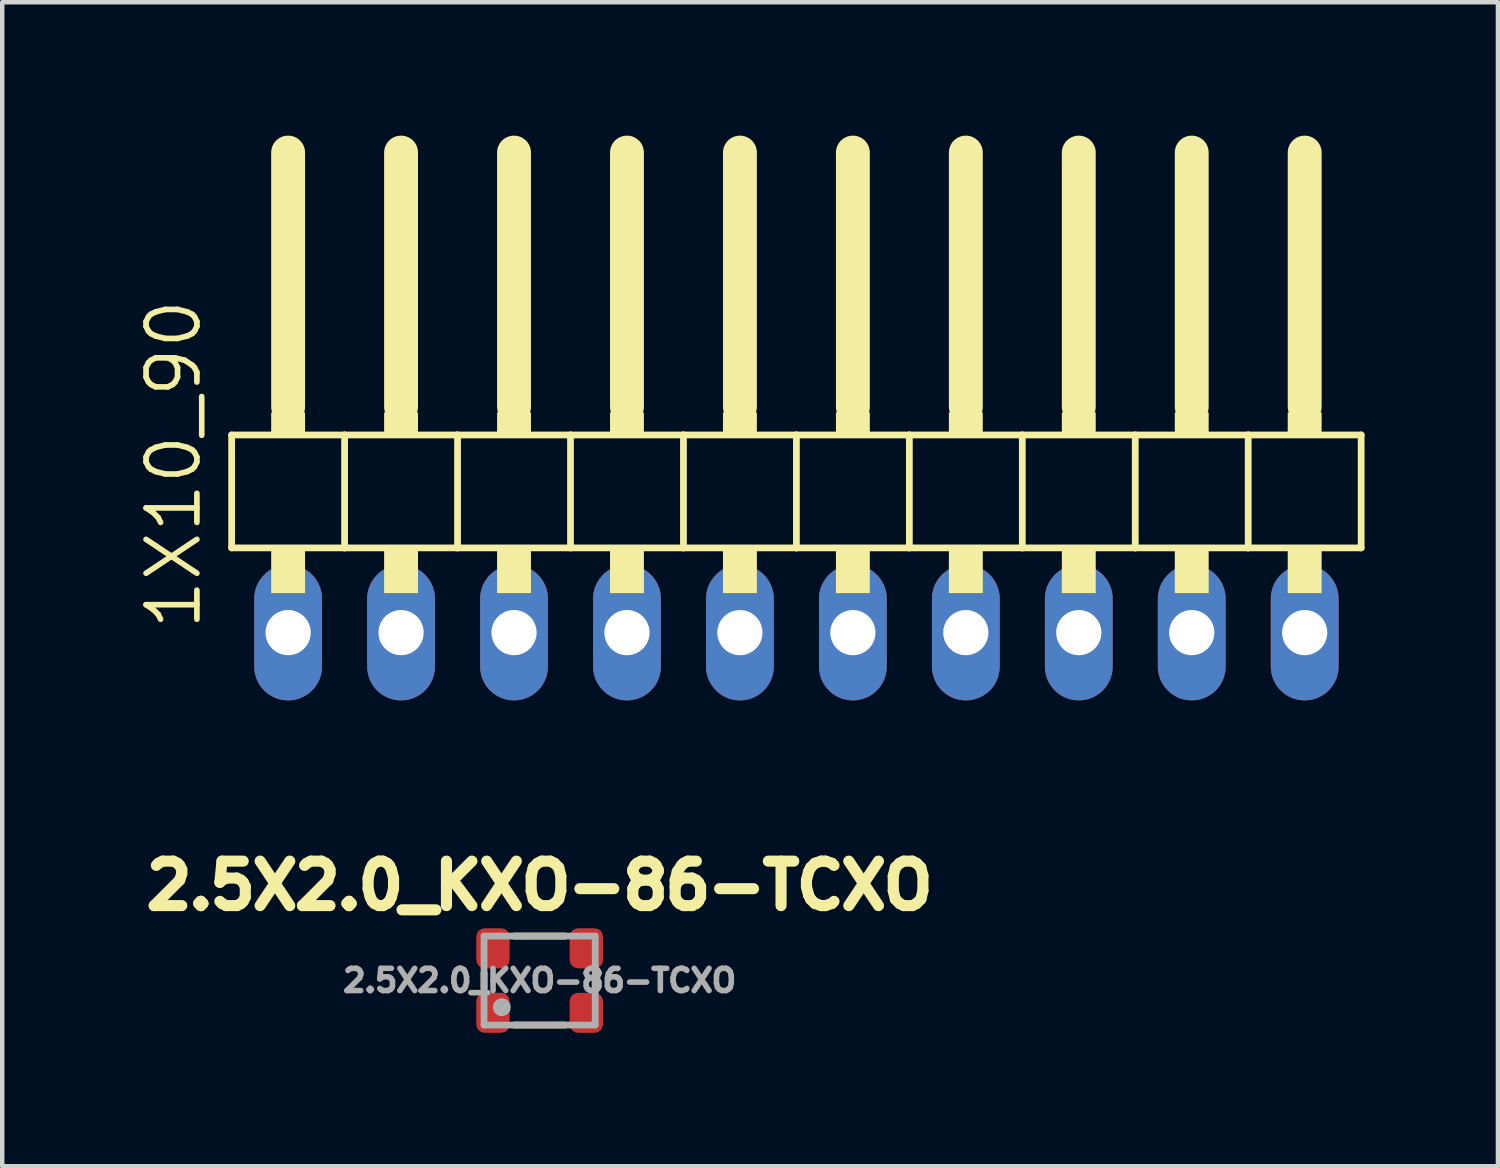
<source format=kicad_pcb>
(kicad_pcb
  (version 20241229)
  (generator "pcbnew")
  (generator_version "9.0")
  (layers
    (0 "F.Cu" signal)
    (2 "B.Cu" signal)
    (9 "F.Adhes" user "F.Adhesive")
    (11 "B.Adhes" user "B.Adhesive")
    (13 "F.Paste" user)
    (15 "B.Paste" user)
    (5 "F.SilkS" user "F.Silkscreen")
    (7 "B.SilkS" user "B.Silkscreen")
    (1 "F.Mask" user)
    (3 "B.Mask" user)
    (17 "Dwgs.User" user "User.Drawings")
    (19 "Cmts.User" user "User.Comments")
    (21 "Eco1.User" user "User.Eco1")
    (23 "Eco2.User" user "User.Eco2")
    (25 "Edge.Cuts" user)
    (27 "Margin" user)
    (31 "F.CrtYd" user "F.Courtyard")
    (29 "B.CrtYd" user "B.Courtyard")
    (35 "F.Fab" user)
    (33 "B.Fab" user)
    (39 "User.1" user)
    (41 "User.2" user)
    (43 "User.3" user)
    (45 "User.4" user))
  (footprint "1X10_90"
    (layer "F.Cu")
    (at 14.859 7.366)
    (property "Reference" "1X10_90" (at -13.335 3.81 90) (unlocked yes) (layer "F.SilkS") (effects (font (size 1.143 1.143) (thickness 0.127)) (justify left bottom)))
    (fp_line (start -12.7 -0.635) (end -12.7 1.905) (stroke (width 0.152) (type solid)) (layer "F.SilkS"))
    (fp_line (start -12.7 1.905) (end -10.16 1.905) (stroke (width 0.152) (type solid)) (layer "F.SilkS"))
    (fp_line (start -11.43 -6.985) (end -11.43 -1.27) (stroke (width 0.762) (type solid)) (layer "F.SilkS"))
    (fp_line (start -10.16 -0.635) (end -12.7 -0.635) (stroke (width 0.152) (type solid)) (layer "F.SilkS"))
    (fp_line (start -10.16 1.905) (end -10.16 -0.635) (stroke (width 0.152) (type solid)) (layer "F.SilkS"))
    (fp_line (start -10.16 1.905) (end -7.62 1.905) (stroke (width 0.152) (type solid)) (layer "F.SilkS"))
    (fp_line (start -8.89 -6.985) (end -8.89 -1.27) (stroke (width 0.762) (type solid)) (layer "F.SilkS"))
    (fp_line (start -7.62 -0.635) (end -10.16 -0.635) (stroke (width 0.152) (type solid)) (layer "F.SilkS"))
    (fp_line (start -7.62 1.905) (end -7.62 -0.635) (stroke (width 0.152) (type solid)) (layer "F.SilkS"))
    (fp_line (start -7.62 1.905) (end -5.08 1.905) (stroke (width 0.152) (type solid)) (layer "F.SilkS"))
    (fp_line (start -6.35 -6.985) (end -6.35 -1.27) (stroke (width 0.762) (type solid)) (layer "F.SilkS"))
    (fp_line (start -5.08 -0.635) (end -7.62 -0.635) (stroke (width 0.152) (type solid)) (layer "F.SilkS"))
    (fp_line (start -5.08 1.905) (end -5.08 -0.635) (stroke (width 0.152) (type solid)) (layer "F.SilkS"))
    (fp_line (start -5.08 1.905) (end -2.54 1.905) (stroke (width 0.152) (type solid)) (layer "F.SilkS"))
    (fp_line (start -3.81 -6.985) (end -3.81 -1.27) (stroke (width 0.762) (type solid)) (layer "F.SilkS"))
    (fp_line (start -2.54 -0.635) (end -5.08 -0.635) (stroke (width 0.152) (type solid)) (layer "F.SilkS"))
    (fp_line (start -2.54 1.905) (end -2.54 -0.635) (stroke (width 0.152) (type solid)) (layer "F.SilkS"))
    (fp_line (start -2.54 1.905) (end 0 1.905) (stroke (width 0.152) (type solid)) (layer "F.SilkS"))
    (fp_line (start -1.27 -6.985) (end -1.27 -1.27) (stroke (width 0.762) (type solid)) (layer "F.SilkS"))
    (fp_line (start 0 -0.635) (end -2.54 -0.635) (stroke (width 0.152) (type solid)) (layer "F.SilkS"))
    (fp_line (start 0 1.905) (end 0 -0.635) (stroke (width 0.152) (type solid)) (layer "F.SilkS"))
    (fp_line (start 0 1.905) (end 2.54 1.905) (stroke (width 0.152) (type solid)) (layer "F.SilkS"))
    (fp_line (start 1.27 -6.985) (end 1.27 -1.27) (stroke (width 0.762) (type solid)) (layer "F.SilkS"))
    (fp_line (start 2.54 -0.635) (end 0 -0.635) (stroke (width 0.152) (type solid)) (layer "F.SilkS"))
    (fp_line (start 2.54 1.905) (end 2.54 -0.635) (stroke (width 0.152) (type solid)) (layer "F.SilkS"))
    (fp_line (start 2.54 1.905) (end 5.08 1.905) (stroke (width 0.152) (type solid)) (layer "F.SilkS"))
    (fp_line (start 3.81 -6.985) (end 3.81 -1.27) (stroke (width 0.762) (type solid)) (layer "F.SilkS"))
    (fp_line (start 5.08 -0.635) (end 2.54 -0.635) (stroke (width 0.152) (type solid)) (layer "F.SilkS"))
    (fp_line (start 5.08 1.905) (end 5.08 -0.635) (stroke (width 0.152) (type solid)) (layer "F.SilkS"))
    (fp_line (start 5.08 1.905) (end 7.62 1.905) (stroke (width 0.152) (type solid)) (layer "F.SilkS"))
    (fp_line (start 6.35 -6.985) (end 6.35 -1.27) (stroke (width 0.762) (type solid)) (layer "F.SilkS"))
    (fp_line (start 7.62 -0.635) (end 5.08 -0.635) (stroke (width 0.152) (type solid)) (layer "F.SilkS"))
    (fp_line (start 7.62 1.905) (end 7.62 -0.635) (stroke (width 0.152) (type solid)) (layer "F.SilkS"))
    (fp_line (start 7.62 1.905) (end 10.16 1.905) (stroke (width 0.152) (type solid)) (layer "F.SilkS"))
    (fp_line (start 8.89 -6.985) (end 8.89 -1.27) (stroke (width 0.762) (type solid)) (layer "F.SilkS"))
    (fp_line (start 10.16 -0.635) (end 7.62 -0.635) (stroke (width 0.152) (type solid)) (layer "F.SilkS"))
    (fp_line (start 10.16 1.905) (end 10.16 -0.635) (stroke (width 0.152) (type solid)) (layer "F.SilkS"))
    (fp_line (start 10.16 1.905) (end 12.7 1.905) (stroke (width 0.152) (type solid)) (layer "F.SilkS"))
    (fp_line (start 11.43 -6.985) (end 11.43 -1.27) (stroke (width 0.762) (type solid)) (layer "F.SilkS"))
    (fp_line (start 12.7 -0.635) (end 10.16 -0.635) (stroke (width 0.152) (type solid)) (layer "F.SilkS"))
    (fp_line (start 12.7 1.905) (end 12.7 -0.635) (stroke (width 0.152) (type solid)) (layer "F.SilkS"))
    (fp_poly (pts (xy -11.811 -0.635) (xy -11.049 -0.635) (xy -11.049 -1.143) (xy -11.811 -1.143)) (stroke (width 0) (type default)) (fill yes) (layer "F.SilkS"))
    (fp_poly (pts (xy -11.811 2.921) (xy -11.049 2.921) (xy -11.049 1.905) (xy -11.811 1.905)) (stroke (width 0) (type default)) (fill yes) (layer "F.SilkS"))
    (fp_poly (pts (xy -9.271 -0.635) (xy -8.509 -0.635) (xy -8.509 -1.143) (xy -9.271 -1.143)) (stroke (width 0) (type default)) (fill yes) (layer "F.SilkS"))
    (fp_poly (pts (xy -9.271 2.921) (xy -8.509 2.921) (xy -8.509 1.905) (xy -9.271 1.905)) (stroke (width 0) (type default)) (fill yes) (layer "F.SilkS"))
    (fp_poly (pts (xy -6.731 -0.635) (xy -5.969 -0.635) (xy -5.969 -1.143) (xy -6.731 -1.143)) (stroke (width 0) (type default)) (fill yes) (layer "F.SilkS"))
    (fp_poly (pts (xy -6.731 2.921) (xy -5.969 2.921) (xy -5.969 1.905) (xy -6.731 1.905)) (stroke (width 0) (type default)) (fill yes) (layer "F.SilkS"))
    (fp_poly (pts (xy -4.191 -0.635) (xy -3.429 -0.635) (xy -3.429 -1.143) (xy -4.191 -1.143)) (stroke (width 0) (type default)) (fill yes) (layer "F.SilkS"))
    (fp_poly (pts (xy -4.191 2.921) (xy -3.429 2.921) (xy -3.429 1.905) (xy -4.191 1.905)) (stroke (width 0) (type default)) (fill yes) (layer "F.SilkS"))
    (fp_poly (pts (xy -1.651 -0.635) (xy -0.889 -0.635) (xy -0.889 -1.143) (xy -1.651 -1.143)) (stroke (width 0) (type default)) (fill yes) (layer "F.SilkS"))
    (fp_poly (pts (xy -1.651 2.921) (xy -0.889 2.921) (xy -0.889 1.905) (xy -1.651 1.905)) (stroke (width 0) (type default)) (fill yes) (layer "F.SilkS"))
    (fp_poly (pts (xy 0.889 -0.635) (xy 1.651 -0.635) (xy 1.651 -1.143) (xy 0.889 -1.143)) (stroke (width 0) (type default)) (fill yes) (layer "F.SilkS"))
    (fp_poly (pts (xy 0.889 2.921) (xy 1.651 2.921) (xy 1.651 1.905) (xy 0.889 1.905)) (stroke (width 0) (type default)) (fill yes) (layer "F.SilkS"))
    (fp_poly (pts (xy 3.429 -0.635) (xy 4.191 -0.635) (xy 4.191 -1.143) (xy 3.429 -1.143)) (stroke (width 0) (type default)) (fill yes) (layer "F.SilkS"))
    (fp_poly (pts (xy 3.429 2.921) (xy 4.191 2.921) (xy 4.191 1.905) (xy 3.429 1.905)) (stroke (width 0) (type default)) (fill yes) (layer "F.SilkS"))
    (fp_poly (pts (xy 5.969 -0.635) (xy 6.731 -0.635) (xy 6.731 -1.143) (xy 5.969 -1.143)) (stroke (width 0) (type default)) (fill yes) (layer "F.SilkS"))
    (fp_poly (pts (xy 5.969 2.921) (xy 6.731 2.921) (xy 6.731 1.905) (xy 5.969 1.905)) (stroke (width 0) (type default)) (fill yes) (layer "F.SilkS"))
    (fp_poly (pts (xy 8.509 -0.635) (xy 9.271 -0.635) (xy 9.271 -1.143) (xy 8.509 -1.143)) (stroke (width 0) (type default)) (fill yes) (layer "F.SilkS"))
    (fp_poly (pts (xy 8.509 2.921) (xy 9.271 2.921) (xy 9.271 1.905) (xy 8.509 1.905)) (stroke (width 0) (type default)) (fill yes) (layer "F.SilkS"))
    (fp_poly (pts (xy 11.049 -0.635) (xy 11.811 -0.635) (xy 11.811 -1.143) (xy 11.049 -1.143)) (stroke (width 0) (type default)) (fill yes) (layer "F.SilkS"))
    (fp_poly (pts (xy 11.049 2.921) (xy 11.811 2.921) (xy 11.811 1.905) (xy 11.049 1.905)) (stroke (width 0) (type default)) (fill yes) (layer "F.SilkS"))
    (pad "1" thru_hole oval (at -11.43 3.81 90) (size 3.048 1.524) (drill 1.016) (layers "*.Cu" "*.Mask"))
    (pad "2" thru_hole oval (at -8.89 3.81 90) (size 3.048 1.524) (drill 1.016) (layers "*.Cu" "*.Mask"))
    (pad "3" thru_hole oval (at -6.35 3.81 90) (size 3.048 1.524) (drill 1.016) (layers "*.Cu" "*.Mask"))
    (pad "4" thru_hole oval (at -3.81 3.81 90) (size 3.048 1.524) (drill 1.016) (layers "*.Cu" "*.Mask"))
    (pad "5" thru_hole oval (at -1.27 3.81 90) (size 3.048 1.524) (drill 1.016) (layers "*.Cu" "*.Mask"))
    (pad "6" thru_hole oval (at 1.27 3.81 90) (size 3.048 1.524) (drill 1.016) (layers "*.Cu" "*.Mask"))
    (pad "7" thru_hole oval (at 3.81 3.81 90) (size 3.048 1.524) (drill 1.016) (layers "*.Cu" "*.Mask"))
    (pad "8" thru_hole oval (at 6.35 3.81 90) (size 3.048 1.524) (drill 1.016) (layers "*.Cu" "*.Mask"))
    (pad "9" thru_hole oval (at 8.89 3.81 90) (size 3.048 1.524) (drill 1.016) (layers "*.Cu" "*.Mask"))
    (pad "10" thru_hole oval (at 11.43 3.81 90) (size 3.048 1.524) (drill 1.016) (layers "*.Cu" "*.Mask")))
  (footprint "2.5X2.0_KXO-86-TCXO"
    (layer "F.Cu")
    (at 9.085 19)
    (property "Reference" "2.5X2.0_KXO-86-TCXO" (at 0 -1.55 0) (unlocked yes) (layer "F.SilkS") (effects (font (size 1 1) (thickness 0.25)) (justify bottom)))
    (attr smd)
    (fp_line (start -1.25 0.17) (end -1.25 -0.17) (stroke (width 0.152) (type solid)) (layer "F.SilkS"))
    (fp_line (start -0.57 -1) (end 0.57 -1) (stroke (width 0.152) (type solid)) (layer "F.SilkS"))
    (fp_line (start -0.57 1) (end 0.57 1) (stroke (width 0.152) (type solid)) (layer "F.SilkS"))
    (fp_line (start 1.25 0.17) (end 1.25 -0.17) (stroke (width 0.152) (type solid)) (layer "F.SilkS"))
    (fp_line (start -1.25 -1) (end -1.25 1) (stroke (width 0.152) (type solid)) (layer "F.Fab"))
    (fp_line (start -1.25 1) (end 1.25 1) (stroke (width 0.152) (type solid)) (layer "F.Fab"))
    (fp_line (start 1.25 -1) (end -1.25 -1) (stroke (width 0.152) (type solid)) (layer "F.Fab"))
    (fp_line (start 1.25 1) (end 1.25 -1) (stroke (width 0.152) (type solid)) (layer "F.Fab"))
    (fp_circle (center -0.85 0.6) (end -0.75 0.6) (stroke (width 0.2) (type solid)) (fill no) (layer "F.Fab"))
    (fp_text user "${REFERENCE}" (at 0 0 0) (unlocked yes) (layer "F.Fab") (effects (font (size 0.5 0.5) (thickness 0.125) (bold yes))))
    (pad "1" smd roundrect (at -1.05 0.725) (size 0.75 0.9) (layers "F.Cu" "F.Mask" "F.Paste") (roundrect_rratio 0.25))
    (pad "2" smd roundrect (at 1.05 0.725) (size 0.75 0.9) (layers "F.Cu" "F.Mask" "F.Paste") (roundrect_rratio 0.25))
    (pad "3" smd roundrect (at 1.05 -0.725) (size 0.75 0.9) (layers "F.Cu" "F.Mask" "F.Paste") (roundrect_rratio 0.25))
    (pad "4" smd roundrect (at -1.05 -0.725) (size 0.75 0.9) (layers "F.Cu" "F.Mask" "F.Paste") (roundrect_rratio 0.25)))
  (gr_rect
    (start -3 -3)
    (end 30.635 23.175)
    (stroke (width 0.1) (type default))
    (fill no)
    (layer "Edge.Cuts")))
</source>
